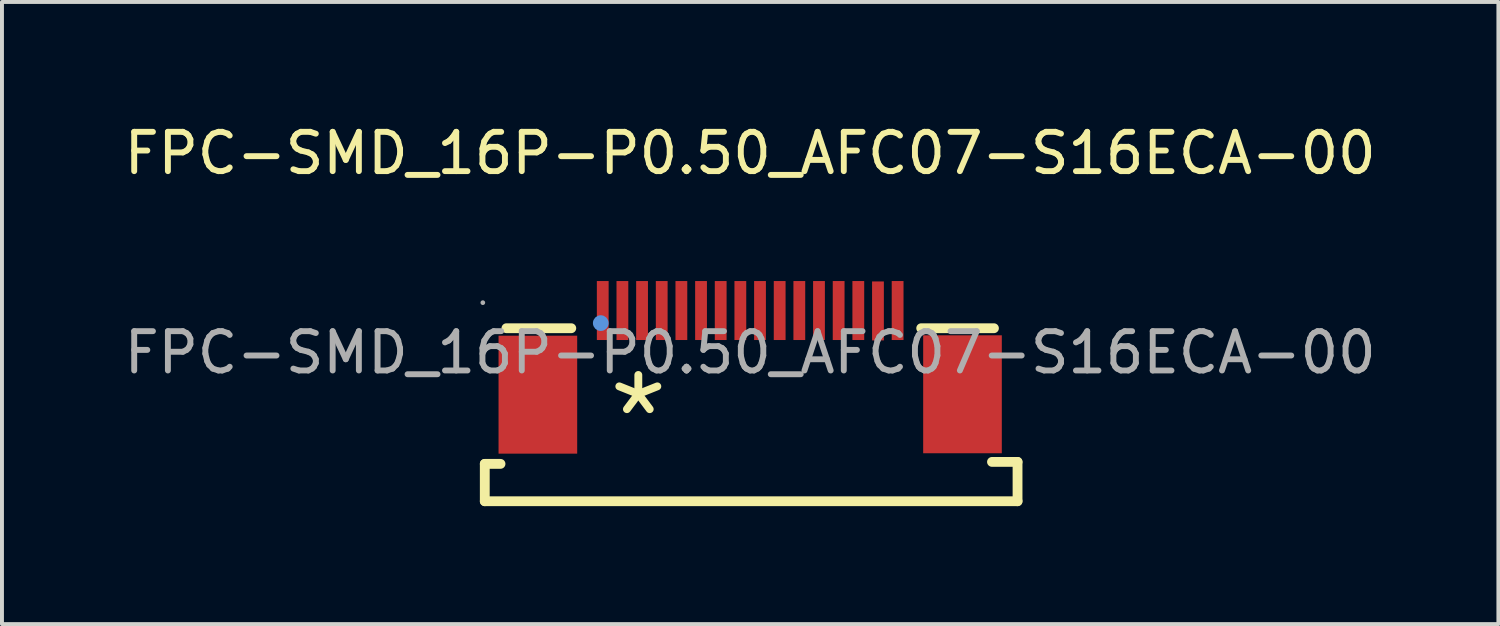
<source format=kicad_pcb>
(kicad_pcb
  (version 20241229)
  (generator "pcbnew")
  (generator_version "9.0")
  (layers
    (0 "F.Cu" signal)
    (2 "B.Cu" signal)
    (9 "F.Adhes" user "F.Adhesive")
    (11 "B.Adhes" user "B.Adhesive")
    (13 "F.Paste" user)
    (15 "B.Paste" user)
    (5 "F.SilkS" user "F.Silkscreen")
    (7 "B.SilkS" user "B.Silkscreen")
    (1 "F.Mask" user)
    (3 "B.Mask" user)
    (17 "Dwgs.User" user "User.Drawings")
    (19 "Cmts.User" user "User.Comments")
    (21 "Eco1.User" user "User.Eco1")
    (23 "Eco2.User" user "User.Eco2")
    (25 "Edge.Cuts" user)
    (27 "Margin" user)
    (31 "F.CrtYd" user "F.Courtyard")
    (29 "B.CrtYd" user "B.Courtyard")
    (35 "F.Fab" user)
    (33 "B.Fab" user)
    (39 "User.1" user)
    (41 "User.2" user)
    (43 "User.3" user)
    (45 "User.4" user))
  (footprint "FPC-SMD_16P-P0.50_AFC07-S16ECA-00"
    (layer "F.Cu")
    (at 16.03 5.918)
    (property "Reference" "FPC-SMD_16P-P0.50_AFC07-S16ECA-00" (at 0 -5.07 0) (layer "F.SilkS") (effects (font (size 1 1) (thickness 0.15))))
    (attr smd)
    (fp_line (start -6.75 2.83) (end -6.75 3.78) (stroke (width 0.25) (type solid)) (layer "F.SilkS"))
    (fp_line (start -6.75 3.78) (end 6.8 3.78) (stroke (width 0.25) (type solid)) (layer "F.SilkS"))
    (fp_line (start -6.35 2.83) (end -6.75 2.83) (stroke (width 0.25) (type solid)) (layer "F.SilkS"))
    (fp_line (start -6.2 -0.62) (end -4.55 -0.62) (stroke (width 0.25) (type solid)) (layer "F.SilkS"))
    (fp_line (start 4.35 -0.62) (end 6.2 -0.62) (stroke (width 0.25) (type solid)) (layer "F.SilkS"))
    (fp_line (start 6.8 2.78) (end 6.15 2.78) (stroke (width 0.25) (type solid)) (layer "F.SilkS"))
    (fp_line (start 6.8 3.78) (end 6.8 2.78) (stroke (width 0.25) (type solid)) (layer "F.SilkS"))
    (fp_circle (center -3.8 -0.75) (end -3.7 -0.75) (stroke (width 0.2) (type solid)) (fill no) (layer "Cmts.User"))
    (fp_circle (center -6.8 -1.27) (end -6.77 -1.27) (stroke (width 0.06) (type solid)) (fill no) (layer "F.Fab"))
    (fp_text user "*" (at -3.75 1.67 0) (layer "F.SilkS") (effects (font (size 2.03 2.03) (thickness 0.2)) (justify left)))
    (fp_text user "${REFERENCE}" (at 0 0 0) (layer "F.Fab") (effects (font (size 1 1) (thickness 0.15))))
    (pad "1" smd rect (at -3.75 -1.07) (size 0.3 1.5) (layers "F.Cu" "F.Mask" "F.Paste"))
    (pad "2" smd rect (at -3.25 -1.07) (size 0.3 1.5) (layers "F.Cu" "F.Mask" "F.Paste"))
    (pad "3" smd rect (at -2.75 -1.07) (size 0.3 1.5) (layers "F.Cu" "F.Mask" "F.Paste"))
    (pad "4" smd rect (at -2.25 -1.07) (size 0.3 1.5) (layers "F.Cu" "F.Mask" "F.Paste"))
    (pad "5" smd rect (at -1.75 -1.07) (size 0.3 1.5) (layers "F.Cu" "F.Mask" "F.Paste"))
    (pad "6" smd rect (at -1.25 -1.07) (size 0.3 1.5) (layers "F.Cu" "F.Mask" "F.Paste"))
    (pad "7" smd rect (at -0.75 -1.07) (size 0.3 1.5) (layers "F.Cu" "F.Mask" "F.Paste"))
    (pad "8" smd rect (at -0.25 -1.07) (size 0.3 1.5) (layers "F.Cu" "F.Mask" "F.Paste"))
    (pad "9" smd rect (at 0.25 -1.07) (size 0.3 1.5) (layers "F.Cu" "F.Mask" "F.Paste"))
    (pad "10" smd rect (at 0.75 -1.07) (size 0.3 1.5) (layers "F.Cu" "F.Mask" "F.Paste"))
    (pad "11" smd rect (at 1.25 -1.07) (size 0.3 1.5) (layers "F.Cu" "F.Mask" "F.Paste"))
    (pad "12" smd rect (at 1.75 -1.07) (size 0.3 1.5) (layers "F.Cu" "F.Mask" "F.Paste"))
    (pad "13" smd rect (at 2.25 -1.07) (size 0.3 1.5) (layers "F.Cu" "F.Mask" "F.Paste"))
    (pad "14" smd rect (at 2.75 -1.07) (size 0.3 1.5) (layers "F.Cu" "F.Mask" "F.Paste"))
    (pad "15" smd rect (at 3.25 -1.06) (size 0.3 1.5) (layers "F.Cu" "F.Mask" "F.Paste"))
    (pad "16" smd rect (at 3.75 -1.07) (size 0.3 1.5) (layers "F.Cu" "F.Mask" "F.Paste"))
    (pad "17" smd rect (at -5.4 1.07) (size 2 3) (layers "F.Cu" "F.Mask" "F.Paste"))
    (pad "18" smd rect (at 5.4 1.06 180) (size 2 3) (layers "F.Cu" "F.Mask" "F.Paste")))
  (gr_rect
    (start -3 -3)
    (end 35.06 12.823)
    (stroke (width 0.1) (type default))
    (fill no)
    (layer "Edge.Cuts")))
</source>
